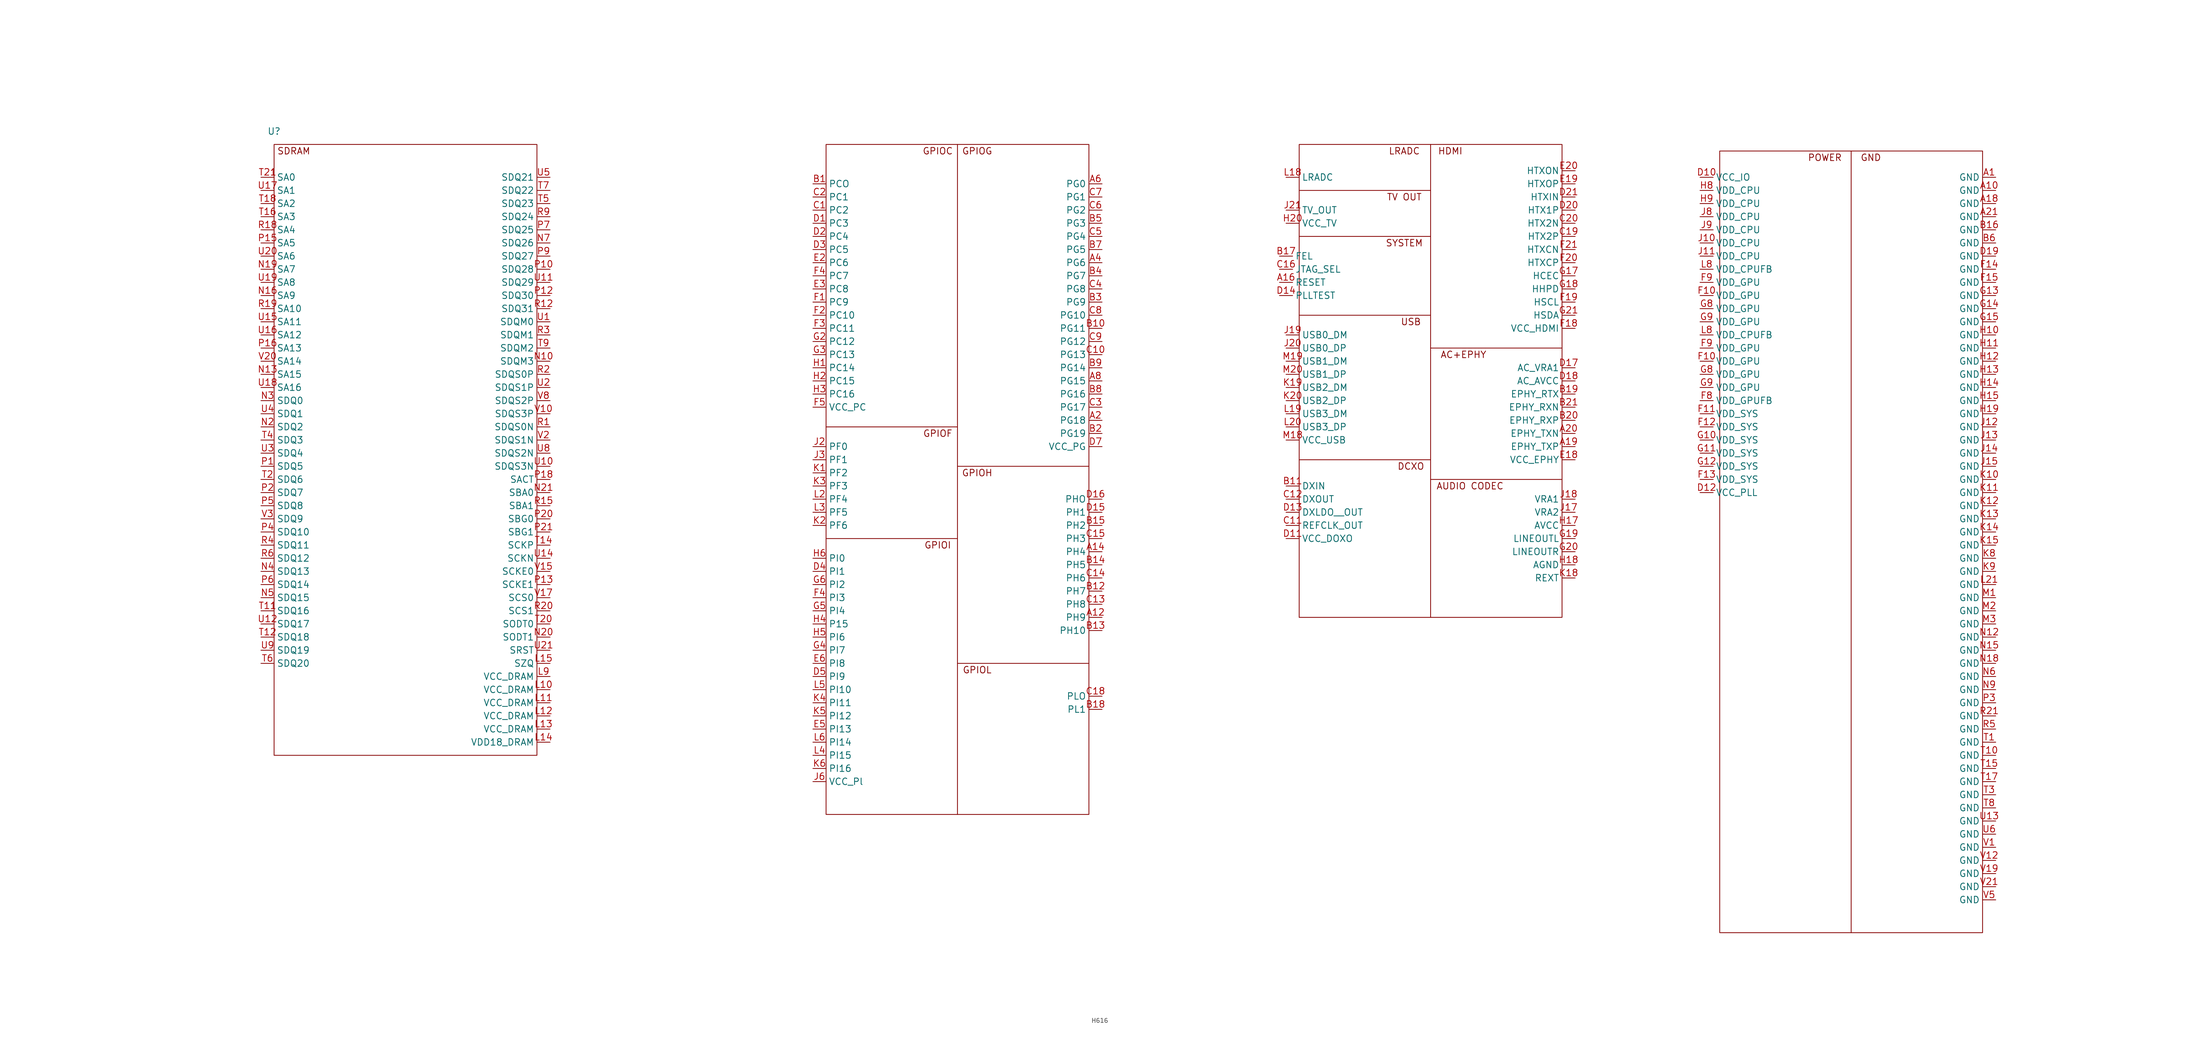
<source format=kicad_sym>
(kicad_symbol_lib
  (version 20220914)
  (generator kicad_symbol_editor)
  (symbol "H616"
    (property "Reference" "U"
      (at 13.97 -5.08 0)
      (effects (font (size 1.27 1.27))))
    (property "Value" ""
      (at 0 0 0)
      (effects (font (size 1.27 1.27))))
    (symbol "H616_0_0"
      (pin output line (at 346.71 -13.97 180) (length 2.54) (name "GND" (effects (font (size 1.27 1.27)))) (number "A1" (effects (font (size 1.27 1.27)))))
      (pin output line (at 346.71 -16.51 180) (length 2.54) (name "GND" (effects (font (size 1.27 1.27)))) (number "A10" (effects (font (size 1.27 1.27)))))
      (pin output line (at 173.99 -99.06 180) (length 2.54) (name "PH9" (effects (font (size 1.27 1.27)))) (number "A12" (effects (font (size 1.27 1.27)))))
      (pin output line (at 173.99 -86.36 180) (length 2.54) (name "PH4" (effects (font (size 1.27 1.27)))) (number "A14" (effects (font (size 1.27 1.27)))))
      (pin output line (at 208.28 -34.29 0) (length 2.54) (name "RESET" (effects (font (size 1.27 1.27)))) (number "A16" (effects (font (size 1.27 1.27)))))
      (pin output line (at 346.71 -19.05 180) (length 2.54) (name "GND" (effects (font (size 1.27 1.27)))) (number "A18" (effects (font (size 1.27 1.27)))))
      (pin output line (at 265.43 -66.04 180) (length 2.54) (name "EPHY_TXP" (effects (font (size 1.27 1.27)))) (number "A19" (effects (font (size 1.27 1.27)))))
      (pin output line (at 173.99 -60.96 180) (length 2.54) (name "PG18" (effects (font (size 1.27 1.27)))) (number "A2" (effects (font (size 1.27 1.27)))))
      (pin output line (at 265.43 -63.5 180) (length 2.54) (name "EPHY_TXN" (effects (font (size 1.27 1.27)))) (number "A20" (effects (font (size 1.27 1.27)))))
      (pin output line (at 346.71 -21.59 180) (length 2.54) (name "GND" (effects (font (size 1.27 1.27)))) (number "A21" (effects (font (size 1.27 1.27)))))
      (pin output line (at 173.99 -30.48 180) (length 2.54) (name "PG6" (effects (font (size 1.27 1.27)))) (number "A4" (effects (font (size 1.27 1.27)))))
      (pin output line (at 173.99 -15.24 180) (length 2.54) (name "PG0" (effects (font (size 1.27 1.27)))) (number "A6" (effects (font (size 1.27 1.27)))))
      (pin output line (at 173.99 -53.34 180) (length 2.54) (name "PG15" (effects (font (size 1.27 1.27)))) (number "A8" (effects (font (size 1.27 1.27)))))
      (pin output line (at 118.11 -15.24 0) (length 2.54) (name "PCO" (effects (font (size 1.27 1.27)))) (number "B1" (effects (font (size 1.27 1.27)))))
      (pin output line (at 173.99 -43.18 180) (length 2.54) (name "PG11" (effects (font (size 1.27 1.27)))) (number "B10" (effects (font (size 1.27 1.27)))))
      (pin output line (at 209.55 -73.66 0) (length 2.54) (name "DXIN" (effects (font (size 1.27 1.27)))) (number "B11" (effects (font (size 1.27 1.27)))))
      (pin output line (at 173.99 -93.98 180) (length 2.54) (name "PH7" (effects (font (size 1.27 1.27)))) (number "B12" (effects (font (size 1.27 1.27)))))
      (pin output line (at 173.99 -101.6 180) (length 2.54) (name "PH10" (effects (font (size 1.27 1.27)))) (number "B13" (effects (font (size 1.27 1.27)))))
      (pin output line (at 173.99 -88.9 180) (length 2.54) (name "PH5" (effects (font (size 1.27 1.27)))) (number "B14" (effects (font (size 1.27 1.27)))))
      (pin output line (at 173.99 -81.28 180) (length 2.54) (name "PH2" (effects (font (size 1.27 1.27)))) (number "B15" (effects (font (size 1.27 1.27)))))
      (pin output line (at 346.71 -24.13 180) (length 2.54) (name "GND" (effects (font (size 1.27 1.27)))) (number "B16" (effects (font (size 1.27 1.27)))))
      (pin output line (at 208.28 -29.21 0) (length 2.54) (name "FEL" (effects (font (size 1.27 1.27)))) (number "B17" (effects (font (size 1.27 1.27)))))
      (pin output line (at 173.99 -116.84 180) (length 2.54) (name "PL1" (effects (font (size 1.27 1.27)))) (number "B18" (effects (font (size 1.27 1.27)))))
      (pin output line (at 265.43 -55.88 180) (length 2.54) (name "EPHY_RTX" (effects (font (size 1.27 1.27)))) (number "B19" (effects (font (size 1.27 1.27)))))
      (pin output line (at 173.99 -63.5 180) (length 2.54) (name "PG19" (effects (font (size 1.27 1.27)))) (number "B2" (effects (font (size 1.27 1.27)))))
      (pin output line (at 265.43 -60.96 180) (length 2.54) (name "EPHY_RXP" (effects (font (size 1.27 1.27)))) (number "B20" (effects (font (size 1.27 1.27)))))
      (pin output line (at 265.43 -58.42 180) (length 2.54) (name "EPHY_RXN" (effects (font (size 1.27 1.27)))) (number "B21" (effects (font (size 1.27 1.27)))))
      (pin output line (at 173.99 -38.1 180) (length 2.54) (name "PG9" (effects (font (size 1.27 1.27)))) (number "B3" (effects (font (size 1.27 1.27)))))
      (pin output line (at 173.99 -33.02 180) (length 2.54) (name "PG7" (effects (font (size 1.27 1.27)))) (number "B4" (effects (font (size 1.27 1.27)))))
      (pin output line (at 173.99 -22.86 180) (length 2.54) (name "PG3" (effects (font (size 1.27 1.27)))) (number "B5" (effects (font (size 1.27 1.27)))))
      (pin output line (at 346.71 -26.67 180) (length 2.54) (name "GND" (effects (font (size 1.27 1.27)))) (number "B6" (effects (font (size 1.27 1.27)))))
      (pin output line (at 173.99 -27.94 180) (length 2.54) (name "PG5" (effects (font (size 1.27 1.27)))) (number "B7" (effects (font (size 1.27 1.27)))))
      (pin output line (at 173.99 -55.88 180) (length 2.54) (name "PG16" (effects (font (size 1.27 1.27)))) (number "B8" (effects (font (size 1.27 1.27)))))
      (pin output line (at 173.99 -50.8 180) (length 2.54) (name "PG14" (effects (font (size 1.27 1.27)))) (number "B9" (effects (font (size 1.27 1.27)))))
      (pin output line (at 118.11 -20.32 0) (length 2.54) (name "PC2" (effects (font (size 1.27 1.27)))) (number "C1" (effects (font (size 1.27 1.27)))))
      (pin output line (at 173.99 -48.26 180) (length 2.54) (name "PG13" (effects (font (size 1.27 1.27)))) (number "C10" (effects (font (size 1.27 1.27)))))
      (pin output line (at 209.55 -81.28 0) (length 2.54) (name "REFCLK_OUT" (effects (font (size 1.27 1.27)))) (number "C11" (effects (font (size 1.27 1.27)))))
      (pin output line (at 209.55 -76.2 0) (length 2.54) (name "DXOUT" (effects (font (size 1.27 1.27)))) (number "C12" (effects (font (size 1.27 1.27)))))
      (pin output line (at 173.99 -96.52 180) (length 2.54) (name "PH8" (effects (font (size 1.27 1.27)))) (number "C13" (effects (font (size 1.27 1.27)))))
      (pin output line (at 173.99 -91.44 180) (length 2.54) (name "PH6" (effects (font (size 1.27 1.27)))) (number "C14" (effects (font (size 1.27 1.27)))))
      (pin output line (at 173.99 -83.82 180) (length 2.54) (name "PH3" (effects (font (size 1.27 1.27)))) (number "C15" (effects (font (size 1.27 1.27)))))
      (pin output line (at 208.28 -31.75 0) (length 2.54) (name "JTAG_SEL" (effects (font (size 1.27 1.27)))) (number "C16" (effects (font (size 1.27 1.27)))))
      (pin output line (at 173.99 -114.3 180) (length 2.54) (name "PLO" (effects (font (size 1.27 1.27)))) (number "C18" (effects (font (size 1.27 1.27)))))
      (pin output line (at 265.43 -25.4 180) (length 2.54) (name "HTX2P" (effects (font (size 1.27 1.27)))) (number "C19" (effects (font (size 1.27 1.27)))))
      (pin output line (at 118.11 -17.78 0) (length 2.54) (name "PC1" (effects (font (size 1.27 1.27)))) (number "C2" (effects (font (size 1.27 1.27)))))
      (pin output line (at 265.43 -22.86 180) (length 2.54) (name "HTX2N" (effects (font (size 1.27 1.27)))) (number "C20" (effects (font (size 1.27 1.27)))))
      (pin output line (at 173.99 -58.42 180) (length 2.54) (name "PG17" (effects (font (size 1.27 1.27)))) (number "C3" (effects (font (size 1.27 1.27)))))
      (pin output line (at 173.99 -35.56 180) (length 2.54) (name "PG8" (effects (font (size 1.27 1.27)))) (number "C4" (effects (font (size 1.27 1.27)))))
      (pin output line (at 173.99 -25.4 180) (length 2.54) (name "PG4" (effects (font (size 1.27 1.27)))) (number "C5" (effects (font (size 1.27 1.27)))))
      (pin output line (at 173.99 -20.32 180) (length 2.54) (name "PG2" (effects (font (size 1.27 1.27)))) (number "C6" (effects (font (size 1.27 1.27)))))
      (pin output line (at 173.99 -17.78 180) (length 2.54) (name "PG1" (effects (font (size 1.27 1.27)))) (number "C7" (effects (font (size 1.27 1.27)))))
      (pin output line (at 173.99 -40.64 180) (length 2.54) (name "PG10" (effects (font (size 1.27 1.27)))) (number "C8" (effects (font (size 1.27 1.27)))))
      (pin output line (at 173.99 -45.72 180) (length 2.54) (name "PG12" (effects (font (size 1.27 1.27)))) (number "C9" (effects (font (size 1.27 1.27)))))
      (pin output line (at 118.11 -22.86 0) (length 2.54) (name "PC3" (effects (font (size 1.27 1.27)))) (number "D1" (effects (font (size 1.27 1.27)))))
      (pin output line (at 289.56 -13.97 0) (length 2.54) (name "VCC_IO" (effects (font (size 1.27 1.27)))) (number "D10" (effects (font (size 1.27 1.27)))))
      (pin output line (at 209.55 -83.82 0) (length 2.54) (name "VCC_DOXO" (effects (font (size 1.27 1.27)))) (number "D11" (effects (font (size 1.27 1.27)))))
      (pin output line (at 289.56 -74.93 0) (length 2.54) (name "VCC_PLL" (effects (font (size 1.27 1.27)))) (number "D12" (effects (font (size 1.27 1.27)))))
      (pin output line (at 209.55 -78.74 0) (length 2.54) (name "DXLDO__OUT" (effects (font (size 1.27 1.27)))) (number "D13" (effects (font (size 1.27 1.27)))))
      (pin output line (at 208.28 -36.83 0) (length 2.54) (name "PLLTEST" (effects (font (size 1.27 1.27)))) (number "D14" (effects (font (size 1.27 1.27)))))
      (pin output line (at 173.99 -78.74 180) (length 2.54) (name "PH1" (effects (font (size 1.27 1.27)))) (number "D15" (effects (font (size 1.27 1.27)))))
      (pin output line (at 173.99 -76.2 180) (length 2.54) (name "PHO" (effects (font (size 1.27 1.27)))) (number "D16" (effects (font (size 1.27 1.27)))))
      (pin output line (at 265.43 -50.8 180) (length 2.54) (name "AC_VRA1" (effects (font (size 1.27 1.27)))) (number "D17" (effects (font (size 1.27 1.27)))))
      (pin output line (at 265.43 -53.34 180) (length 2.54) (name "AC_AVCC" (effects (font (size 1.27 1.27)))) (number "D18" (effects (font (size 1.27 1.27)))))
      (pin output line (at 346.71 -29.21 180) (length 2.54) (name "GND" (effects (font (size 1.27 1.27)))) (number "D19" (effects (font (size 1.27 1.27)))))
      (pin output line (at 118.11 -25.4 0) (length 2.54) (name "PC4" (effects (font (size 1.27 1.27)))) (number "D2" (effects (font (size 1.27 1.27)))))
      (pin output line (at 265.43 -20.32 180) (length 2.54) (name "HTX1P" (effects (font (size 1.27 1.27)))) (number "D20" (effects (font (size 1.27 1.27)))))
      (pin output line (at 265.43 -17.78 180) (length 2.54) (name "HTXIN" (effects (font (size 1.27 1.27)))) (number "D21" (effects (font (size 1.27 1.27)))))
      (pin output line (at 118.11 -27.94 0) (length 2.54) (name "PC5" (effects (font (size 1.27 1.27)))) (number "D3" (effects (font (size 1.27 1.27)))))
      (pin output line (at 118.11 -90.17 0) (length 2.54) (name "PI1" (effects (font (size 1.27 1.27)))) (number "D4" (effects (font (size 1.27 1.27)))))
      (pin output line (at 118.11 -110.49 0) (length 2.54) (name "PI9" (effects (font (size 1.27 1.27)))) (number "D5" (effects (font (size 1.27 1.27)))))
      (pin output line (at 265.43 -68.58 180) (length 2.54) (name "VCC_EPHY" (effects (font (size 1.27 1.27)))) (number "E18" (effects (font (size 1.27 1.27)))))
      (pin output line (at 265.43 -15.24 180) (length 2.54) (name "HTXOP" (effects (font (size 1.27 1.27)))) (number "E19" (effects (font (size 1.27 1.27)))))
      (pin output line (at 118.11 -30.48 0) (length 2.54) (name "PC6" (effects (font (size 1.27 1.27)))) (number "E2" (effects (font (size 1.27 1.27)))))
      (pin output line (at 265.43 -12.7 180) (length 2.54) (name "HTXON" (effects (font (size 1.27 1.27)))) (number "E20" (effects (font (size 1.27 1.27)))))
      (pin output line (at 118.11 -35.56 0) (length 2.54) (name "PC8" (effects (font (size 1.27 1.27)))) (number "E3" (effects (font (size 1.27 1.27)))))
      (pin output line (at 118.11 -120.65 0) (length 2.54) (name "PI13" (effects (font (size 1.27 1.27)))) (number "E5" (effects (font (size 1.27 1.27)))))
      (pin output line (at 118.11 -107.95 0) (length 2.54) (name "PI8" (effects (font (size 1.27 1.27)))) (number "E6" (effects (font (size 1.27 1.27)))))
      (pin output line (at 118.11 -38.1 0) (length 2.54) (name "PC9" (effects (font (size 1.27 1.27)))) (number "F1" (effects (font (size 1.27 1.27)))))
      (pin output line (at 289.56 -49.53 0) (length 2.54) (name "VDD_GPU" (effects (font (size 1.27 1.27)))) (number "F10" (effects (font (size 1.27 1.27)))))
      (pin output line (at 289.56 -36.83 0) (length 2.54) (name "VDD_GPU" (effects (font (size 1.27 1.27)))) (number "F10" (effects (font (size 1.27 1.27)))))
      (pin output line (at 289.56 -59.69 0) (length 2.54) (name "VDD_SYS" (effects (font (size 1.27 1.27)))) (number "F11" (effects (font (size 1.27 1.27)))))
      (pin output line (at 289.56 -62.23 0) (length 2.54) (name "VDD_SYS" (effects (font (size 1.27 1.27)))) (number "F12" (effects (font (size 1.27 1.27)))))
      (pin output line (at 289.56 -72.39 0) (length 2.54) (name "VDD_SYS" (effects (font (size 1.27 1.27)))) (number "F13" (effects (font (size 1.27 1.27)))))
      (pin output line (at 346.71 -31.75 180) (length 2.54) (name "GND" (effects (font (size 1.27 1.27)))) (number "F14" (effects (font (size 1.27 1.27)))))
      (pin output line (at 346.71 -34.29 180) (length 2.54) (name "GND" (effects (font (size 1.27 1.27)))) (number "F15" (effects (font (size 1.27 1.27)))))
      (pin output line (at 265.43 -43.18 180) (length 2.54) (name "VCC_HDMI" (effects (font (size 1.27 1.27)))) (number "F18" (effects (font (size 1.27 1.27)))))
      (pin output line (at 265.43 -38.1 180) (length 2.54) (name "HSCL" (effects (font (size 1.27 1.27)))) (number "F19" (effects (font (size 1.27 1.27)))))
      (pin output line (at 118.11 -40.64 0) (length 2.54) (name "PC10" (effects (font (size 1.27 1.27)))) (number "F2" (effects (font (size 1.27 1.27)))))
      (pin output line (at 265.43 -30.48 180) (length 2.54) (name "HTXCP" (effects (font (size 1.27 1.27)))) (number "F20" (effects (font (size 1.27 1.27)))))
      (pin output line (at 265.43 -27.94 180) (length 2.54) (name "HTXCN" (effects (font (size 1.27 1.27)))) (number "F21" (effects (font (size 1.27 1.27)))))
      (pin output line (at 118.11 -43.18 0) (length 2.54) (name "PC11" (effects (font (size 1.27 1.27)))) (number "F3" (effects (font (size 1.27 1.27)))))
      (pin output line (at 118.11 -33.02 0) (length 2.54) (name "PC7" (effects (font (size 1.27 1.27)))) (number "F4" (effects (font (size 1.27 1.27)))))
      (pin output line (at 118.11 -95.25 0) (length 2.54) (name "PI3" (effects (font (size 1.27 1.27)))) (number "F4" (effects (font (size 1.27 1.27)))))
      (pin output line (at 118.11 -58.42 0) (length 2.54) (name "VCC_PC" (effects (font (size 1.27 1.27)))) (number "F5" (effects (font (size 1.27 1.27)))))
      (pin output line (at 289.56 -57.15 0) (length 2.54) (name "VDD_GPUFB" (effects (font (size 1.27 1.27)))) (number "F8" (effects (font (size 1.27 1.27)))))
      (pin output line (at 289.56 -46.99 0) (length 2.54) (name "VDD_GPU" (effects (font (size 1.27 1.27)))) (number "F9" (effects (font (size 1.27 1.27)))))
      (pin output line (at 289.56 -34.29 0) (length 2.54) (name "VDD_GPU" (effects (font (size 1.27 1.27)))) (number "F9" (effects (font (size 1.27 1.27)))))
      (pin output line (at 289.56 -64.77 0) (length 2.54) (name "VDD_SYS" (effects (font (size 1.27 1.27)))) (number "G10" (effects (font (size 1.27 1.27)))))
      (pin output line (at 289.56 -67.31 0) (length 2.54) (name "VDD_SYS" (effects (font (size 1.27 1.27)))) (number "G11" (effects (font (size 1.27 1.27)))))
      (pin output line (at 289.56 -69.85 0) (length 2.54) (name "VDD_SYS" (effects (font (size 1.27 1.27)))) (number "G12" (effects (font (size 1.27 1.27)))))
      (pin output line (at 346.71 -36.83 180) (length 2.54) (name "GND" (effects (font (size 1.27 1.27)))) (number "G13" (effects (font (size 1.27 1.27)))))
      (pin output line (at 346.71 -39.37 180) (length 2.54) (name "GND" (effects (font (size 1.27 1.27)))) (number "G14" (effects (font (size 1.27 1.27)))))
      (pin output line (at 346.71 -41.91 180) (length 2.54) (name "GND" (effects (font (size 1.27 1.27)))) (number "G15" (effects (font (size 1.27 1.27)))))
      (pin output line (at 265.43 -33.02 180) (length 2.54) (name "HCEC" (effects (font (size 1.27 1.27)))) (number "G17" (effects (font (size 1.27 1.27)))))
      (pin output line (at 265.43 -35.56 180) (length 2.54) (name "HHPD" (effects (font (size 1.27 1.27)))) (number "G18" (effects (font (size 1.27 1.27)))))
      (pin output line (at 265.43 -83.82 180) (length 2.54) (name "LINEOUTL" (effects (font (size 1.27 1.27)))) (number "G19" (effects (font (size 1.27 1.27)))))
      (pin output line (at 118.11 -45.72 0) (length 2.54) (name "PC12" (effects (font (size 1.27 1.27)))) (number "G2" (effects (font (size 1.27 1.27)))))
      (pin output line (at 265.43 -86.36 180) (length 2.54) (name "LINEOUTR" (effects (font (size 1.27 1.27)))) (number "G20" (effects (font (size 1.27 1.27)))))
      (pin output line (at 265.43 -40.64 180) (length 2.54) (name "HSDA" (effects (font (size 1.27 1.27)))) (number "G21" (effects (font (size 1.27 1.27)))))
      (pin output line (at 118.11 -48.26 0) (length 2.54) (name "PC13" (effects (font (size 1.27 1.27)))) (number "G3" (effects (font (size 1.27 1.27)))))
      (pin output line (at 118.11 -105.41 0) (length 2.54) (name "PI7" (effects (font (size 1.27 1.27)))) (number "G4" (effects (font (size 1.27 1.27)))))
      (pin output line (at 118.11 -97.79 0) (length 2.54) (name "PI4" (effects (font (size 1.27 1.27)))) (number "G5" (effects (font (size 1.27 1.27)))))
      (pin output line (at 118.11 -92.71 0) (length 2.54) (name "PI2" (effects (font (size 1.27 1.27)))) (number "G6" (effects (font (size 1.27 1.27)))))
      (pin output line (at 289.56 -52.07 0) (length 2.54) (name "VDD_GPU" (effects (font (size 1.27 1.27)))) (number "G8" (effects (font (size 1.27 1.27)))))
      (pin output line (at 289.56 -39.37 0) (length 2.54) (name "VDD_GPU" (effects (font (size 1.27 1.27)))) (number "G8" (effects (font (size 1.27 1.27)))))
      (pin output line (at 289.56 -54.61 0) (length 2.54) (name "VDD_GPU" (effects (font (size 1.27 1.27)))) (number "G9" (effects (font (size 1.27 1.27)))))
      (pin output line (at 289.56 -41.91 0) (length 2.54) (name "VDD_GPU" (effects (font (size 1.27 1.27)))) (number "G9" (effects (font (size 1.27 1.27)))))
      (pin output line (at 118.11 -50.8 0) (length 2.54) (name "PC14" (effects (font (size 1.27 1.27)))) (number "H1" (effects (font (size 1.27 1.27)))))
      (pin output line (at 346.71 -44.45 180) (length 2.54) (name "GND" (effects (font (size 1.27 1.27)))) (number "H10" (effects (font (size 1.27 1.27)))))
      (pin output line (at 346.71 -46.99 180) (length 2.54) (name "GND" (effects (font (size 1.27 1.27)))) (number "H11" (effects (font (size 1.27 1.27)))))
      (pin output line (at 346.71 -49.53 180) (length 2.54) (name "GND" (effects (font (size 1.27 1.27)))) (number "H12" (effects (font (size 1.27 1.27)))))
      (pin output line (at 346.71 -52.07 180) (length 2.54) (name "GND" (effects (font (size 1.27 1.27)))) (number "H13" (effects (font (size 1.27 1.27)))))
      (pin output line (at 346.71 -54.61 180) (length 2.54) (name "GND" (effects (font (size 1.27 1.27)))) (number "H14" (effects (font (size 1.27 1.27)))))
      (pin output line (at 346.71 -57.15 180) (length 2.54) (name "GND" (effects (font (size 1.27 1.27)))) (number "H15" (effects (font (size 1.27 1.27)))))
      (pin output line (at 265.43 -81.28 180) (length 2.54) (name "AVCC" (effects (font (size 1.27 1.27)))) (number "H17" (effects (font (size 1.27 1.27)))))
      (pin output line (at 265.43 -88.9 180) (length 2.54) (name "AGND" (effects (font (size 1.27 1.27)))) (number "H18" (effects (font (size 1.27 1.27)))))
      (pin output line (at 346.71 -59.69 180) (length 2.54) (name "GND" (effects (font (size 1.27 1.27)))) (number "H19" (effects (font (size 1.27 1.27)))))
      (pin output line (at 118.11 -53.34 0) (length 2.54) (name "PC15" (effects (font (size 1.27 1.27)))) (number "H2" (effects (font (size 1.27 1.27)))))
      (pin output line (at 209.55 -22.86 0) (length 2.54) (name "VCC_TV" (effects (font (size 1.27 1.27)))) (number "H20" (effects (font (size 1.27 1.27)))))
      (pin output line (at 118.11 -55.88 0) (length 2.54) (name "PC16" (effects (font (size 1.27 1.27)))) (number "H3" (effects (font (size 1.27 1.27)))))
      (pin output line (at 118.11 -100.33 0) (length 2.54) (name "P15" (effects (font (size 1.27 1.27)))) (number "H4" (effects (font (size 1.27 1.27)))))
      (pin output line (at 118.11 -102.87 0) (length 2.54) (name "PI6" (effects (font (size 1.27 1.27)))) (number "H5" (effects (font (size 1.27 1.27)))))
      (pin output line (at 118.11 -87.63 0) (length 2.54) (name "PI0" (effects (font (size 1.27 1.27)))) (number "H6" (effects (font (size 1.27 1.27)))))
      (pin output line (at 289.56 -16.51 0) (length 2.54) (name "VDD_CPU" (effects (font (size 1.27 1.27)))) (number "H8" (effects (font (size 1.27 1.27)))))
      (pin output line (at 289.56 -19.05 0) (length 2.54) (name "VDD_CPU" (effects (font (size 1.27 1.27)))) (number "H9" (effects (font (size 1.27 1.27)))))
      (pin output line (at 289.56 -26.67 0) (length 2.54) (name "VDD_CPU" (effects (font (size 1.27 1.27)))) (number "J10" (effects (font (size 1.27 1.27)))))
      (pin output line (at 289.56 -29.21 0) (length 2.54) (name "VDD_CPU" (effects (font (size 1.27 1.27)))) (number "J11" (effects (font (size 1.27 1.27)))))
      (pin output line (at 346.71 -62.23 180) (length 2.54) (name "GND" (effects (font (size 1.27 1.27)))) (number "J12" (effects (font (size 1.27 1.27)))))
      (pin output line (at 346.71 -64.77 180) (length 2.54) (name "GND" (effects (font (size 1.27 1.27)))) (number "J13" (effects (font (size 1.27 1.27)))))
      (pin output line (at 346.71 -67.31 180) (length 2.54) (name "GND" (effects (font (size 1.27 1.27)))) (number "J14" (effects (font (size 1.27 1.27)))))
      (pin output line (at 346.71 -69.85 180) (length 2.54) (name "GND" (effects (font (size 1.27 1.27)))) (number "J15" (effects (font (size 1.27 1.27)))))
      (pin output line (at 265.43 -78.74 180) (length 2.54) (name "VRA2" (effects (font (size 1.27 1.27)))) (number "J17" (effects (font (size 1.27 1.27)))))
      (pin output line (at 265.43 -76.2 180) (length 2.54) (name "VRA1" (effects (font (size 1.27 1.27)))) (number "J18" (effects (font (size 1.27 1.27)))))
      (pin output line (at 209.55 -44.45 0) (length 2.54) (name "USB0_DM" (effects (font (size 1.27 1.27)))) (number "J19" (effects (font (size 1.27 1.27)))))
      (pin output line (at 118.11 -66.04 0) (length 2.54) (name "PF0" (effects (font (size 1.27 1.27)))) (number "J2" (effects (font (size 1.27 1.27)))))
      (pin output line (at 209.55 -46.99 0) (length 2.54) (name "USB0_DP" (effects (font (size 1.27 1.27)))) (number "J20" (effects (font (size 1.27 1.27)))))
      (pin output line (at 209.55 -20.32 0) (length 2.54) (name "TV_OUT" (effects (font (size 1.27 1.27)))) (number "J21" (effects (font (size 1.27 1.27)))))
      (pin output line (at 118.11 -68.58 0) (length 2.54) (name "PF1" (effects (font (size 1.27 1.27)))) (number "J3" (effects (font (size 1.27 1.27)))))
      (pin output line (at 118.11 -130.81 0) (length 2.54) (name "VCC_Pl" (effects (font (size 1.27 1.27)))) (number "J6" (effects (font (size 1.27 1.27)))))
      (pin output line (at 289.56 -21.59 0) (length 2.54) (name "VDD_CPU" (effects (font (size 1.27 1.27)))) (number "J8" (effects (font (size 1.27 1.27)))))
      (pin output line (at 289.56 -24.13 0) (length 2.54) (name "VDD_CPU" (effects (font (size 1.27 1.27)))) (number "J9" (effects (font (size 1.27 1.27)))))
      (pin output line (at 118.11 -71.12 0) (length 2.54) (name "PF2" (effects (font (size 1.27 1.27)))) (number "K1" (effects (font (size 1.27 1.27)))))
      (pin output line (at 346.71 -72.39 180) (length 2.54) (name "GND" (effects (font (size 1.27 1.27)))) (number "K10" (effects (font (size 1.27 1.27)))))
      (pin output line (at 346.71 -74.93 180) (length 2.54) (name "GND" (effects (font (size 1.27 1.27)))) (number "K11" (effects (font (size 1.27 1.27)))))
      (pin output line (at 346.71 -77.47 180) (length 2.54) (name "GND" (effects (font (size 1.27 1.27)))) (number "K12" (effects (font (size 1.27 1.27)))))
      (pin output line (at 346.71 -80.01 180) (length 2.54) (name "GND" (effects (font (size 1.27 1.27)))) (number "K13" (effects (font (size 1.27 1.27)))))
      (pin output line (at 346.71 -82.55 180) (length 2.54) (name "GND" (effects (font (size 1.27 1.27)))) (number "K14" (effects (font (size 1.27 1.27)))))
      (pin output line (at 346.71 -85.09 180) (length 2.54) (name "GND" (effects (font (size 1.27 1.27)))) (number "K15" (effects (font (size 1.27 1.27)))))
      (pin output line (at 265.43 -91.44 180) (length 2.54) (name "REXT" (effects (font (size 1.27 1.27)))) (number "K18" (effects (font (size 1.27 1.27)))))
      (pin output line (at 209.55 -54.61 0) (length 2.54) (name "USB2_DM" (effects (font (size 1.27 1.27)))) (number "K19" (effects (font (size 1.27 1.27)))))
      (pin output line (at 118.11 -81.28 0) (length 2.54) (name "PF6" (effects (font (size 1.27 1.27)))) (number "K2" (effects (font (size 1.27 1.27)))))
      (pin output line (at 209.55 -57.15 0) (length 2.54) (name "USB2_DP" (effects (font (size 1.27 1.27)))) (number "K20" (effects (font (size 1.27 1.27)))))
      (pin output line (at 118.11 -73.66 0) (length 2.54) (name "PF3" (effects (font (size 1.27 1.27)))) (number "K3" (effects (font (size 1.27 1.27)))))
      (pin output line (at 118.11 -115.57 0) (length 2.54) (name "PI11" (effects (font (size 1.27 1.27)))) (number "K4" (effects (font (size 1.27 1.27)))))
      (pin output line (at 118.11 -118.11 0) (length 2.54) (name "PI12" (effects (font (size 1.27 1.27)))) (number "K5" (effects (font (size 1.27 1.27)))))
      (pin output line (at 118.11 -128.27 0) (length 2.54) (name "PI16" (effects (font (size 1.27 1.27)))) (number "K6" (effects (font (size 1.27 1.27)))))
      (pin output line (at 346.71 -87.63 180) (length 2.54) (name "GND" (effects (font (size 1.27 1.27)))) (number "K8" (effects (font (size 1.27 1.27)))))
      (pin output line (at 346.71 -90.17 180) (length 2.54) (name "GND" (effects (font (size 1.27 1.27)))) (number "K9" (effects (font (size 1.27 1.27)))))
      (pin output line (at 67.31 -113.03 180) (length 2.54) (name "VCC_DRAM" (effects (font (size 1.27 1.27)))) (number "L10" (effects (font (size 1.27 1.27)))))
      (pin output line (at 67.31 -115.57 180) (length 2.54) (name "VCC_DRAM" (effects (font (size 1.27 1.27)))) (number "L11" (effects (font (size 1.27 1.27)))))
      (pin output line (at 67.31 -118.11 180) (length 2.54) (name "VCC_DRAM" (effects (font (size 1.27 1.27)))) (number "L12" (effects (font (size 1.27 1.27)))))
      (pin output line (at 67.31 -120.65 180) (length 2.54) (name "VCC_DRAM" (effects (font (size 1.27 1.27)))) (number "L13" (effects (font (size 1.27 1.27)))))
      (pin output line (at 67.31 -107.95 180) (length 2.54) (name "SZQ" (effects (font (size 1.27 1.27)))) (number "L15" (effects (font (size 1.27 1.27)))))
      (pin output line (at 209.55 -13.97 0) (length 2.54) (name "LRADC" (effects (font (size 1.27 1.27)))) (number "L18" (effects (font (size 1.27 1.27)))))
      (pin output line (at 209.55 -59.69 0) (length 2.54) (name "USB3_DM" (effects (font (size 1.27 1.27)))) (number "L19" (effects (font (size 1.27 1.27)))))
      (pin output line (at 118.11 -76.2 0) (length 2.54) (name "PF4" (effects (font (size 1.27 1.27)))) (number "L2" (effects (font (size 1.27 1.27)))))
      (pin output line (at 209.55 -62.23 0) (length 2.54) (name "USB3_DP" (effects (font (size 1.27 1.27)))) (number "L20" (effects (font (size 1.27 1.27)))))
      (pin output line (at 346.71 -92.71 180) (length 2.54) (name "GND" (effects (font (size 1.27 1.27)))) (number "L21" (effects (font (size 1.27 1.27)))))
      (pin output line (at 118.11 -78.74 0) (length 2.54) (name "PF5" (effects (font (size 1.27 1.27)))) (number "L3" (effects (font (size 1.27 1.27)))))
      (pin output line (at 118.11 -125.73 0) (length 2.54) (name "PI15" (effects (font (size 1.27 1.27)))) (number "L4" (effects (font (size 1.27 1.27)))))
      (pin output line (at 118.11 -113.03 0) (length 2.54) (name "PI10" (effects (font (size 1.27 1.27)))) (number "L5" (effects (font (size 1.27 1.27)))))
      (pin output line (at 118.11 -123.19 0) (length 2.54) (name "PI14" (effects (font (size 1.27 1.27)))) (number "L6" (effects (font (size 1.27 1.27)))))
      (pin output line (at 289.56 -44.45 0) (length 2.54) (name "VDD_CPUFB" (effects (font (size 1.27 1.27)))) (number "L8" (effects (font (size 1.27 1.27)))))
      (pin output line (at 289.56 -31.75 0) (length 2.54) (name "VDD_CPUFB" (effects (font (size 1.27 1.27)))) (number "L8" (effects (font (size 1.27 1.27)))))
      (pin output line (at 67.31 -110.49 180) (length 2.54) (name "VCC_DRAM" (effects (font (size 1.27 1.27)))) (number "L9" (effects (font (size 1.27 1.27)))))
      (pin output line (at 346.71 -95.25 180) (length 2.54) (name "GND" (effects (font (size 1.27 1.27)))) (number "M1" (effects (font (size 1.27 1.27)))))
      (pin output line (at 209.55 -64.77 0) (length 2.54) (name "VCC_USB" (effects (font (size 1.27 1.27)))) (number "M18" (effects (font (size 1.27 1.27)))))
      (pin output line (at 209.55 -49.53 0) (length 2.54) (name "USB1_DM" (effects (font (size 1.27 1.27)))) (number "M19" (effects (font (size 1.27 1.27)))))
      (pin output line (at 346.71 -97.79 180) (length 2.54) (name "GND" (effects (font (size 1.27 1.27)))) (number "M2" (effects (font (size 1.27 1.27)))))
      (pin output line (at 209.55 -52.07 0) (length 2.54) (name "USB1_DP" (effects (font (size 1.27 1.27)))) (number "M20" (effects (font (size 1.27 1.27)))))
      (pin output line (at 346.71 -100.33 180) (length 2.54) (name "GND" (effects (font (size 1.27 1.27)))) (number "M3" (effects (font (size 1.27 1.27)))))
      (pin output line (at 67.31 -49.53 180) (length 2.54) (name "SDQM3" (effects (font (size 1.27 1.27)))) (number "N10" (effects (font (size 1.27 1.27)))))
      (pin output line (at 346.71 -102.87 180) (length 2.54) (name "GND" (effects (font (size 1.27 1.27)))) (number "N12" (effects (font (size 1.27 1.27)))))
      (pin output line (at 11.43 -52.07 0) (length 2.54) (name "SA15" (effects (font (size 1.27 1.27)))) (number "N13" (effects (font (size 1.27 1.27)))))
      (pin output line (at 346.71 -105.41 180) (length 2.54) (name "GND" (effects (font (size 1.27 1.27)))) (number "N15" (effects (font (size 1.27 1.27)))))
      (pin output line (at 11.43 -36.83 0) (length 2.54) (name "SA9" (effects (font (size 1.27 1.27)))) (number "N16" (effects (font (size 1.27 1.27)))))
      (pin output line (at 346.71 -107.95 180) (length 2.54) (name "GND" (effects (font (size 1.27 1.27)))) (number "N18" (effects (font (size 1.27 1.27)))))
      (pin output line (at 11.43 -31.75 0) (length 2.54) (name "SA7" (effects (font (size 1.27 1.27)))) (number "N19" (effects (font (size 1.27 1.27)))))
      (pin output line (at 11.43 -62.23 0) (length 2.54) (name "SDQ2" (effects (font (size 1.27 1.27)))) (number "N2" (effects (font (size 1.27 1.27)))))
      (pin output line (at 67.31 -102.87 180) (length 2.54) (name "SODT1" (effects (font (size 1.27 1.27)))) (number "N20" (effects (font (size 1.27 1.27)))))
      (pin output line (at 67.31 -74.93 180) (length 2.54) (name "SBA0" (effects (font (size 1.27 1.27)))) (number "N21" (effects (font (size 1.27 1.27)))))
      (pin output line (at 11.43 -57.15 0) (length 2.54) (name "SDQ0" (effects (font (size 1.27 1.27)))) (number "N3" (effects (font (size 1.27 1.27)))))
      (pin output line (at 11.43 -90.17 0) (length 2.54) (name "SDQ13" (effects (font (size 1.27 1.27)))) (number "N4" (effects (font (size 1.27 1.27)))))
      (pin output line (at 11.43 -95.25 0) (length 2.54) (name "SDQ15" (effects (font (size 1.27 1.27)))) (number "N5" (effects (font (size 1.27 1.27)))))
      (pin output line (at 346.71 -110.49 180) (length 2.54) (name "GND" (effects (font (size 1.27 1.27)))) (number "N6" (effects (font (size 1.27 1.27)))))
      (pin output line (at 67.31 -26.67 180) (length 2.54) (name "SDQ26" (effects (font (size 1.27 1.27)))) (number "N7" (effects (font (size 1.27 1.27)))))
      (pin output line (at 346.71 -113.03 180) (length 2.54) (name "GND" (effects (font (size 1.27 1.27)))) (number "N9" (effects (font (size 1.27 1.27)))))
      (pin output line (at 11.43 -69.85 0) (length 2.54) (name "SDQ5" (effects (font (size 1.27 1.27)))) (number "P1" (effects (font (size 1.27 1.27)))))
      (pin output line (at 67.31 -31.75 180) (length 2.54) (name "SDQ28" (effects (font (size 1.27 1.27)))) (number "P10" (effects (font (size 1.27 1.27)))))
      (pin output line (at 67.31 -36.83 180) (length 2.54) (name "SDQ30" (effects (font (size 1.27 1.27)))) (number "P12" (effects (font (size 1.27 1.27)))))
      (pin output line (at 67.31 -92.71 180) (length 2.54) (name "SCKE1" (effects (font (size 1.27 1.27)))) (number "P13" (effects (font (size 1.27 1.27)))))
      (pin output line (at 11.43 -26.67 0) (length 2.54) (name "SA5" (effects (font (size 1.27 1.27)))) (number "P15" (effects (font (size 1.27 1.27)))))
      (pin output line (at 11.43 -46.99 0) (length 2.54) (name "SA13" (effects (font (size 1.27 1.27)))) (number "P16" (effects (font (size 1.27 1.27)))))
      (pin output line (at 67.31 -72.39 180) (length 2.54) (name "SACT" (effects (font (size 1.27 1.27)))) (number "P18" (effects (font (size 1.27 1.27)))))
      (pin output line (at 11.43 -74.93 0) (length 2.54) (name "SDQ7" (effects (font (size 1.27 1.27)))) (number "P2" (effects (font (size 1.27 1.27)))))
      (pin output line (at 67.31 -80.01 180) (length 2.54) (name "SBG0" (effects (font (size 1.27 1.27)))) (number "P20" (effects (font (size 1.27 1.27)))))
      (pin output line (at 67.31 -82.55 180) (length 2.54) (name "SBG1" (effects (font (size 1.27 1.27)))) (number "P21" (effects (font (size 1.27 1.27)))))
      (pin output line (at 346.71 -115.57 180) (length 2.54) (name "GND" (effects (font (size 1.27 1.27)))) (number "P3" (effects (font (size 1.27 1.27)))))
      (pin output line (at 11.43 -82.55 0) (length 2.54) (name "SDQ10" (effects (font (size 1.27 1.27)))) (number "P4" (effects (font (size 1.27 1.27)))))
      (pin output line (at 11.43 -77.47 0) (length 2.54) (name "SDQ8" (effects (font (size 1.27 1.27)))) (number "P5" (effects (font (size 1.27 1.27)))))
      (pin output line (at 11.43 -92.71 0) (length 2.54) (name "SDQ14" (effects (font (size 1.27 1.27)))) (number "P6" (effects (font (size 1.27 1.27)))))
      (pin output line (at 67.31 -24.13 180) (length 2.54) (name "SDQ25" (effects (font (size 1.27 1.27)))) (number "P7" (effects (font (size 1.27 1.27)))))
      (pin output line (at 67.31 -29.21 180) (length 2.54) (name "SDQ27" (effects (font (size 1.27 1.27)))) (number "P9" (effects (font (size 1.27 1.27)))))
      (pin output line (at 67.31 -62.23 180) (length 2.54) (name "SDQS0N" (effects (font (size 1.27 1.27)))) (number "R1" (effects (font (size 1.27 1.27)))))
      (pin output line (at 67.31 -39.37 180) (length 2.54) (name "SDQ31" (effects (font (size 1.27 1.27)))) (number "R12" (effects (font (size 1.27 1.27)))))
      (pin output line (at 67.31 -77.47 180) (length 2.54) (name "SBA1" (effects (font (size 1.27 1.27)))) (number "R15" (effects (font (size 1.27 1.27)))))
      (pin output line (at 11.43 -24.13 0) (length 2.54) (name "SA4" (effects (font (size 1.27 1.27)))) (number "R18" (effects (font (size 1.27 1.27)))))
      (pin output line (at 11.43 -39.37 0) (length 2.54) (name "SA10" (effects (font (size 1.27 1.27)))) (number "R19" (effects (font (size 1.27 1.27)))))
      (pin output line (at 67.31 -52.07 180) (length 2.54) (name "SDQS0P" (effects (font (size 1.27 1.27)))) (number "R2" (effects (font (size 1.27 1.27)))))
      (pin output line (at 67.31 -97.79 180) (length 2.54) (name "SCS1" (effects (font (size 1.27 1.27)))) (number "R20" (effects (font (size 1.27 1.27)))))
      (pin output line (at 346.71 -118.11 180) (length 2.54) (name "GND" (effects (font (size 1.27 1.27)))) (number "R21" (effects (font (size 1.27 1.27)))))
      (pin output line (at 67.31 -44.45 180) (length 2.54) (name "SDQM1" (effects (font (size 1.27 1.27)))) (number "R3" (effects (font (size 1.27 1.27)))))
      (pin output line (at 11.43 -85.09 0) (length 2.54) (name "SDQ11" (effects (font (size 1.27 1.27)))) (number "R4" (effects (font (size 1.27 1.27)))))
      (pin output line (at 346.71 -120.65 180) (length 2.54) (name "GND" (effects (font (size 1.27 1.27)))) (number "R5" (effects (font (size 1.27 1.27)))))
      (pin output line (at 11.43 -87.63 0) (length 2.54) (name "SDQ12" (effects (font (size 1.27 1.27)))) (number "R6" (effects (font (size 1.27 1.27)))))
      (pin output line (at 67.31 -21.59 180) (length 2.54) (name "SDQ24" (effects (font (size 1.27 1.27)))) (number "R9" (effects (font (size 1.27 1.27)))))
      (pin output line (at 346.71 -123.19 180) (length 2.54) (name "GND" (effects (font (size 1.27 1.27)))) (number "T1" (effects (font (size 1.27 1.27)))))
      (pin output line (at 346.71 -125.73 180) (length 2.54) (name "GND" (effects (font (size 1.27 1.27)))) (number "T10" (effects (font (size 1.27 1.27)))))
      (pin output line (at 11.43 -97.79 0) (length 2.54) (name "SDQ16" (effects (font (size 1.27 1.27)))) (number "T11" (effects (font (size 1.27 1.27)))))
      (pin output line (at 11.43 -102.87 0) (length 2.54) (name "SDQ18" (effects (font (size 1.27 1.27)))) (number "T12" (effects (font (size 1.27 1.27)))))
      (pin output line (at 67.31 -85.09 180) (length 2.54) (name "SCKP" (effects (font (size 1.27 1.27)))) (number "T14" (effects (font (size 1.27 1.27)))))
      (pin output line (at 346.71 -128.27 180) (length 2.54) (name "GND" (effects (font (size 1.27 1.27)))) (number "T15" (effects (font (size 1.27 1.27)))))
      (pin output line (at 11.43 -21.59 0) (length 2.54) (name "SA3" (effects (font (size 1.27 1.27)))) (number "T16" (effects (font (size 1.27 1.27)))))
      (pin output line (at 346.71 -130.81 180) (length 2.54) (name "GND" (effects (font (size 1.27 1.27)))) (number "T17" (effects (font (size 1.27 1.27)))))
      (pin output line (at 11.43 -19.05 0) (length 2.54) (name "SA2" (effects (font (size 1.27 1.27)))) (number "T18" (effects (font (size 1.27 1.27)))))
      (pin output line (at 11.43 -72.39 0) (length 2.54) (name "SDQ6" (effects (font (size 1.27 1.27)))) (number "T2" (effects (font (size 1.27 1.27)))))
      (pin output line (at 67.31 -100.33 180) (length 2.54) (name "SODT0" (effects (font (size 1.27 1.27)))) (number "T20" (effects (font (size 1.27 1.27)))))
      (pin output line (at 11.43 -13.97 0) (length 2.54) (name "SA0" (effects (font (size 1.27 1.27)))) (number "T21" (effects (font (size 1.27 1.27)))))
      (pin output line (at 346.71 -133.35 180) (length 2.54) (name "GND" (effects (font (size 1.27 1.27)))) (number "T3" (effects (font (size 1.27 1.27)))))
      (pin output line (at 11.43 -64.77 0) (length 2.54) (name "SDQ3" (effects (font (size 1.27 1.27)))) (number "T4" (effects (font (size 1.27 1.27)))))
      (pin output line (at 67.31 -19.05 180) (length 2.54) (name "SDQ23" (effects (font (size 1.27 1.27)))) (number "T5" (effects (font (size 1.27 1.27)))))
      (pin output line (at 11.43 -107.95 0) (length 2.54) (name "SDQ20" (effects (font (size 1.27 1.27)))) (number "T6" (effects (font (size 1.27 1.27)))))
      (pin output line (at 67.31 -16.51 180) (length 2.54) (name "SDQ22" (effects (font (size 1.27 1.27)))) (number "T7" (effects (font (size 1.27 1.27)))))
      (pin output line (at 346.71 -135.89 180) (length 2.54) (name "GND" (effects (font (size 1.27 1.27)))) (number "T8" (effects (font (size 1.27 1.27)))))
      (pin output line (at 67.31 -46.99 180) (length 2.54) (name "SDQM2" (effects (font (size 1.27 1.27)))) (number "T9" (effects (font (size 1.27 1.27)))))
      (pin output line (at 67.31 -41.91 180) (length 2.54) (name "SDQM0" (effects (font (size 1.27 1.27)))) (number "U1" (effects (font (size 1.27 1.27)))))
      (pin output line (at 67.31 -69.85 180) (length 2.54) (name "SDQS3N" (effects (font (size 1.27 1.27)))) (number "U10" (effects (font (size 1.27 1.27)))))
      (pin output line (at 67.31 -34.29 180) (length 2.54) (name "SDQ29" (effects (font (size 1.27 1.27)))) (number "U11" (effects (font (size 1.27 1.27)))))
      (pin output line (at 11.43 -100.33 0) (length 2.54) (name "SDQ17" (effects (font (size 1.27 1.27)))) (number "U12" (effects (font (size 1.27 1.27)))))
      (pin output line (at 346.71 -138.43 180) (length 2.54) (name "GND" (effects (font (size 1.27 1.27)))) (number "U13" (effects (font (size 1.27 1.27)))))
      (pin output line (at 67.31 -87.63 180) (length 2.54) (name "SCKN" (effects (font (size 1.27 1.27)))) (number "U14" (effects (font (size 1.27 1.27)))))
      (pin output line (at 11.43 -41.91 0) (length 2.54) (name "SA11" (effects (font (size 1.27 1.27)))) (number "U15" (effects (font (size 1.27 1.27)))))
      (pin output line (at 11.43 -44.45 0) (length 2.54) (name "SA12" (effects (font (size 1.27 1.27)))) (number "U16" (effects (font (size 1.27 1.27)))))
      (pin output line (at 11.43 -16.51 0) (length 2.54) (name "SA1" (effects (font (size 1.27 1.27)))) (number "U17" (effects (font (size 1.27 1.27)))))
      (pin output line (at 11.43 -54.61 0) (length 2.54) (name "SA16" (effects (font (size 1.27 1.27)))) (number "U18" (effects (font (size 1.27 1.27)))))
      (pin output line (at 11.43 -34.29 0) (length 2.54) (name "SA8" (effects (font (size 1.27 1.27)))) (number "U19" (effects (font (size 1.27 1.27)))))
      (pin output line (at 67.31 -54.61 180) (length 2.54) (name "SDQS1P" (effects (font (size 1.27 1.27)))) (number "U2" (effects (font (size 1.27 1.27)))))
      (pin output line (at 11.43 -29.21 0) (length 2.54) (name "SA6" (effects (font (size 1.27 1.27)))) (number "U20" (effects (font (size 1.27 1.27)))))
      (pin output line (at 67.31 -105.41 180) (length 2.54) (name "SRST" (effects (font (size 1.27 1.27)))) (number "U21" (effects (font (size 1.27 1.27)))))
      (pin output line (at 11.43 -67.31 0) (length 2.54) (name "SDQ4" (effects (font (size 1.27 1.27)))) (number "U3" (effects (font (size 1.27 1.27)))))
      (pin output line (at 11.43 -59.69 0) (length 2.54) (name "SDQ1" (effects (font (size 1.27 1.27)))) (number "U4" (effects (font (size 1.27 1.27)))))
      (pin output line (at 67.31 -13.97 180) (length 2.54) (name "SDQ21" (effects (font (size 1.27 1.27)))) (number "U5" (effects (font (size 1.27 1.27)))))
      (pin output line (at 346.71 -140.97 180) (length 2.54) (name "GND" (effects (font (size 1.27 1.27)))) (number "U6" (effects (font (size 1.27 1.27)))))
      (pin output line (at 67.31 -67.31 180) (length 2.54) (name "SDQS2N" (effects (font (size 1.27 1.27)))) (number "U8" (effects (font (size 1.27 1.27)))))
      (pin output line (at 11.43 -105.41 0) (length 2.54) (name "SDQ19" (effects (font (size 1.27 1.27)))) (number "U9" (effects (font (size 1.27 1.27)))))
      (pin output line (at 346.71 -143.51 180) (length 2.54) (name "GND" (effects (font (size 1.27 1.27)))) (number "V1" (effects (font (size 1.27 1.27)))))
      (pin output line (at 67.31 -59.69 180) (length 2.54) (name "SDQS3P" (effects (font (size 1.27 1.27)))) (number "V10" (effects (font (size 1.27 1.27)))))
      (pin output line (at 346.71 -146.05 180) (length 2.54) (name "GND" (effects (font (size 1.27 1.27)))) (number "V12" (effects (font (size 1.27 1.27)))))
      (pin output line (at 67.31 -90.17 180) (length 2.54) (name "SCKE0" (effects (font (size 1.27 1.27)))) (number "V15" (effects (font (size 1.27 1.27)))))
      (pin output line (at 67.31 -95.25 180) (length 2.54) (name "SCS0" (effects (font (size 1.27 1.27)))) (number "V17" (effects (font (size 1.27 1.27)))))
      (pin output line (at 346.71 -148.59 180) (length 2.54) (name "GND" (effects (font (size 1.27 1.27)))) (number "V19" (effects (font (size 1.27 1.27)))))
      (pin output line (at 67.31 -64.77 180) (length 2.54) (name "SDQS1N" (effects (font (size 1.27 1.27)))) (number "V2" (effects (font (size 1.27 1.27)))))
      (pin output line (at 11.43 -49.53 0) (length 2.54) (name "SA14" (effects (font (size 1.27 1.27)))) (number "V20" (effects (font (size 1.27 1.27)))))
      (pin output line (at 346.71 -151.13 180) (length 2.54) (name "GND" (effects (font (size 1.27 1.27)))) (number "V21" (effects (font (size 1.27 1.27)))))
      (pin output line (at 11.43 -80.01 0) (length 2.54) (name "SDQ9" (effects (font (size 1.27 1.27)))) (number "V3" (effects (font (size 1.27 1.27)))))
      (pin output line (at 346.71 -153.67 180) (length 2.54) (name "GND" (effects (font (size 1.27 1.27)))) (number "V5" (effects (font (size 1.27 1.27)))))
      (pin output line (at 67.31 -57.15 180) (length 2.54) (name "SDQS2P" (effects (font (size 1.27 1.27)))) (number "V8" (effects (font (size 1.27 1.27))))))
    (symbol "H616_0_1"
      (rectangle (start 13.97 -7.62) (end 64.77 -125.73) (stroke (width 0) (type default)) (fill (type none)))
      (rectangle (start 120.65 -7.62) (end 171.45 -137.16) (stroke (width 0) (type default)) (fill (type none)))
      (rectangle (start 212.09 -7.62) (end 262.89 -99.06) (stroke (width 0) (type default)) (fill (type none)))
      (rectangle (start 293.37 -8.89) (end 344.17 -160.02) (stroke (width 0) (type default)) (fill (type none))))
    (symbol "H616_1_0"
      (pin output line (at 173.99 -66.04 180) (length 2.54) (name "VCC_PG" (effects (font (size 1.27 1.27)))) (number "D7" (effects (font (size 1.27 1.27)))))
      (pin output line (at 67.31 -123.19 180) (length 2.54) (name "VDD18_DRAM" (effects (font (size 1.27 1.27)))) (number "L14" (effects (font (size 1.27 1.27))))))
    (symbol "H616_1_1"
      (polyline (pts (xy 120.65 -83.82) (xy 146.05 -83.82)) (stroke (width 0) (type default)) (fill (type none)))
      (polyline (pts (xy 120.65 -62.23) (xy 146.05 -62.23)) (stroke (width 0) (type default)) (fill (type none)))
      (polyline (pts (xy 146.05 -137.16) (xy 146.05 -7.62)) (stroke (width 0) (type default)) (fill (type none)))
      (polyline (pts (xy 171.45 -107.95) (xy 146.05 -107.95)) (stroke (width 0) (type default)) (fill (type none)))
      (polyline (pts (xy 171.45 -69.85) (xy 146.05 -69.85)) (stroke (width 0) (type default)) (fill (type none)))
      (polyline (pts (xy 212.09 -68.58) (xy 237.49 -68.58)) (stroke (width 0) (type default)) (fill (type none)))
      (polyline (pts (xy 212.09 -40.64) (xy 237.49 -40.64)) (stroke (width 0) (type default)) (fill (type none)))
      (polyline (pts (xy 212.09 -25.4) (xy 237.49 -25.4)) (stroke (width 0) (type default)) (fill (type none)))
      (polyline (pts (xy 212.09 -16.51) (xy 237.49 -16.51)) (stroke (width 0) (type default)) (fill (type none)))
      (polyline (pts (xy 237.49 -72.39) (xy 262.89 -72.39)) (stroke (width 0) (type default)) (fill (type none)))
      (polyline (pts (xy 237.49 -7.62) (xy 237.49 -99.06)) (stroke (width 0) (type default)) (fill (type none)))
      (polyline (pts (xy 262.89 -46.99) (xy 237.49 -46.99)) (stroke (width 0) (type default)) (fill (type none)))
      (polyline (pts (xy 318.77 -8.89) (xy 318.77 -160.02)) (stroke (width 0) (type default)) (fill (type none)))
      (text "AC+EPHY" (at 243.84 -48.26 0) (effects (font (size 1.27 1.27))))
      (text "AUDIO CODEC" (at 245.11 -73.66 0) (effects (font (size 1.27 1.27))))
      (text "DCXO\n" (at 233.68 -69.85 0) (effects (font (size 1.27 1.27))))
      (text "GND" (at 322.58 -10.16 0) (effects (font (size 1.27 1.27))))
      (text "GPIOC\n" (at 142.24 -8.89 0) (effects (font (size 1.27 1.27))))
      (text "GPIOF\n" (at 142.24 -63.5 0) (effects (font (size 1.27 1.27))))
      (text "GPIOG\n" (at 149.86 -8.89 0) (effects (font (size 1.27 1.27))))
      (text "GPIOH\n" (at 149.86 -71.12 0) (effects (font (size 1.27 1.27))))
      (text "GPIOI" (at 142.24 -85.09 0) (effects (font (size 1.27 1.27))))
      (text "GPIOL\n" (at 149.86 -109.22 0) (effects (font (size 1.27 1.27))))
      (text "HDMI\n" (at 241.3 -8.89 0) (effects (font (size 1.27 1.27))))
      (text "LRADC\n" (at 232.41 -8.89 0) (effects (font (size 1.27 1.27))))
      (text "POWER\n" (at 313.69 -10.16 0) (effects (font (size 1.27 1.27))))
      (text "SDRAM" (at 17.78 -8.89 0) (effects (font (size 1.27 1.27))))
      (text "SYSTEM\n" (at 232.41 -26.67 0) (effects (font (size 1.27 1.27))))
      (text "TV OUT" (at 232.41 -17.78 0) (effects (font (size 1.27 1.27))))
      (text "USB\n" (at 233.68 -41.91 0) (effects (font (size 1.27 1.27)))))))
</source>
